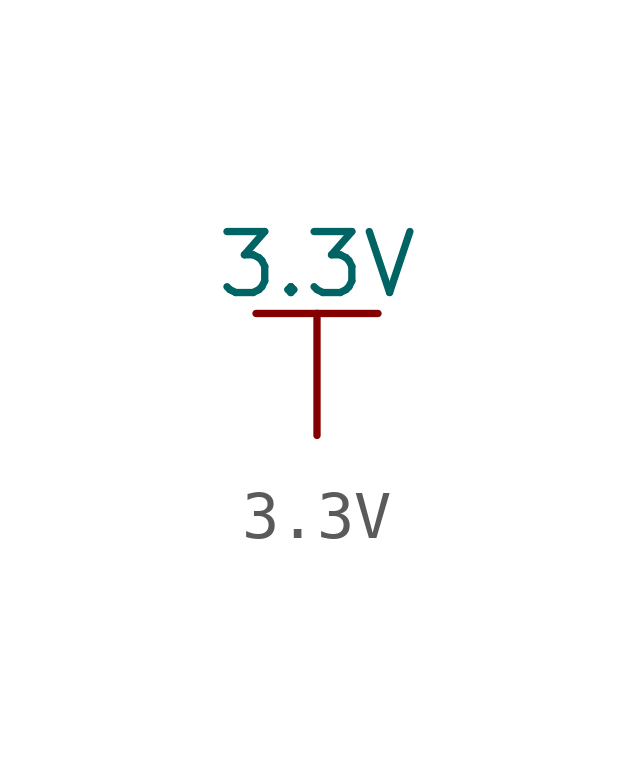
<source format=kicad_sym>
(kicad_symbol_lib
  (version 20231120)
  (generator "kicad_symbol_editor")
  (generator_version "8.0")
  (symbol "3.3V"
    (power)
    (pin_names
      (offset 0))
    (property "Reference" "#PWR"
      (at 0 -3.81 0)
      (effects (font (size 1.27 1.27)) (hide yes)))
    (property "Value" "3.3V"
      (at 0 3.556 0)
      (effects (font (size 1.27 1.27))))
    (symbol "3.3V_0_1"
      (polyline (pts (xy -1.27 2.54) (xy 0 2.54)) (stroke (width 0) (type default)) (fill (type none)))
      (polyline (pts (xy 0 0) (xy 0 2.54)) (stroke (width 0) (type default)) (fill (type none)))
      (polyline (pts (xy 0 2.54) (xy 1.27 2.54)) (stroke (width 0) (type default)) (fill (type none))))
    (symbol "3.3V_1_1"
      (pin power_in line (at 0 0 90) (length 0) hide (name "+5.5V" (effects (font (size 1.27 1.27)))) (number "1" (effects (font (size 1.27 1.27))))))))
</source>
